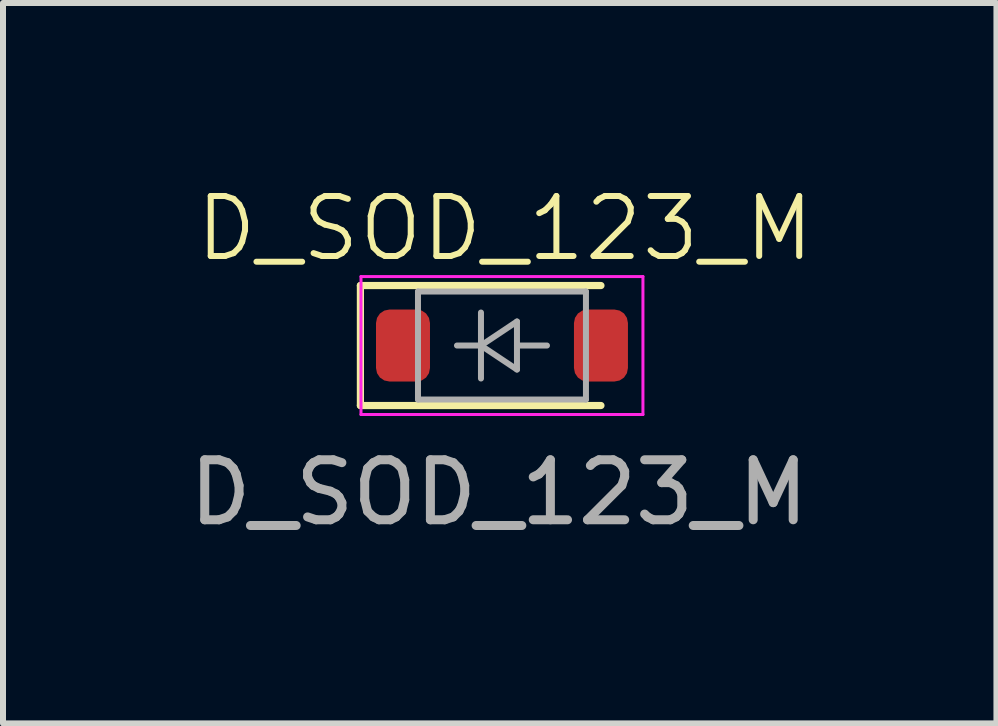
<source format=kicad_pcb>
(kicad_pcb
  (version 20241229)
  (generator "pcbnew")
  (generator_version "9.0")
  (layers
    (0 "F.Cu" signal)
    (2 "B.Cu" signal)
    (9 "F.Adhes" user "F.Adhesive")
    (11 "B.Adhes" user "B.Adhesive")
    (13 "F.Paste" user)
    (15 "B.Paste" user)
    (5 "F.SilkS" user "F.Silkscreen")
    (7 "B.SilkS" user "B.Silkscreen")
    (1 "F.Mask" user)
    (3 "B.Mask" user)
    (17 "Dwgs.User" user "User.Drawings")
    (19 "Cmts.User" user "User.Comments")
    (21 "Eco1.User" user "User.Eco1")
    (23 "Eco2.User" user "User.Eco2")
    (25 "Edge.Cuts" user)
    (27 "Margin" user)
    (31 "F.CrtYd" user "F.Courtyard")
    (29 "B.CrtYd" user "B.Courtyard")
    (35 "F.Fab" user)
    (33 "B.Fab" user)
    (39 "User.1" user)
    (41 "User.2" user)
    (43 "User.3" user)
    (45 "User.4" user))
  (footprint "D_SOD_123_M"
    (layer "F.Cu")
    (at 5.268 2.66)
    (property "Reference" "D_SOD_123_M" (at 0.1 -1.9 0) (unlocked yes) (layer "F.SilkS") (effects (font (size 1 1) (thickness 0.1))))
    (attr smd)
    (fp_line (start -2.31 -0.95) (end -2.31 1.05) (stroke (width 0.12) (type solid)) (layer "F.SilkS"))
    (fp_line (start -2.31 -0.95) (end 1.7 -0.95) (stroke (width 0.12) (type solid)) (layer "F.SilkS"))
    (fp_line (start -2.31 1.05) (end 1.7 1.05) (stroke (width 0.12) (type solid)) (layer "F.SilkS"))
    (fp_line (start -2.3 -1.1) (end -2.3 1.2) (stroke (width 0.05) (type solid)) (layer "F.CrtYd"))
    (fp_line (start -2.3 -1.1) (end 2.4 -1.1) (stroke (width 0.05) (type solid)) (layer "F.CrtYd"))
    (fp_line (start 2.4 -1.1) (end 2.4 1.2) (stroke (width 0.05) (type solid)) (layer "F.CrtYd"))
    (fp_line (start 2.4 1.2) (end -2.3 1.2) (stroke (width 0.05) (type solid)) (layer "F.CrtYd"))
    (fp_line (start -1.35 -0.85) (end 1.45 -0.85) (stroke (width 0.1) (type solid)) (layer "F.Fab"))
    (fp_line (start -1.35 0.95) (end -1.35 -0.85) (stroke (width 0.1) (type solid)) (layer "F.Fab"))
    (fp_line (start -0.7 0.05) (end -0.3 0.05) (stroke (width 0.1) (type solid)) (layer "F.Fab"))
    (fp_line (start -0.3 0.05) (end -0.3 -0.5) (stroke (width 0.1) (type solid)) (layer "F.Fab"))
    (fp_line (start -0.3 0.05) (end -0.3 0.6) (stroke (width 0.1) (type solid)) (layer "F.Fab"))
    (fp_line (start -0.3 0.05) (end 0.3 -0.35) (stroke (width 0.1) (type solid)) (layer "F.Fab"))
    (fp_line (start 0.3 -0.35) (end 0.3 0.45) (stroke (width 0.1) (type solid)) (layer "F.Fab"))
    (fp_line (start 0.3 0.05) (end 0.8 0.05) (stroke (width 0.1) (type solid)) (layer "F.Fab"))
    (fp_line (start 0.3 0.45) (end -0.3 0.05) (stroke (width 0.1) (type solid)) (layer "F.Fab"))
    (fp_line (start 1.45 -0.85) (end 1.45 0.95) (stroke (width 0.1) (type solid)) (layer "F.Fab"))
    (fp_line (start 1.45 0.95) (end -1.35 0.95) (stroke (width 0.1) (type solid)) (layer "F.Fab"))
    (fp_text user "${REFERENCE}" (at 0 2.5 0) (unlocked yes) (layer "F.Fab") (effects (font (size 1 1) (thickness 0.15))))
    (pad "1" smd roundrect (at -1.6 0.05) (size 0.9 1.2) (layers "F.Cu" "F.Mask" "F.Paste") (roundrect_rratio 0.25))
    (pad "2" smd roundrect (at 1.7 0.05) (size 0.9 1.2) (layers "F.Cu" "F.Mask" "F.Paste") (roundrect_rratio 0.25)))
  (gr_rect
    (start -3 -3)
    (end 13.561 9.009)
    (stroke (width 0.1) (type default))
    (fill no)
    (layer "Edge.Cuts")))
</source>
